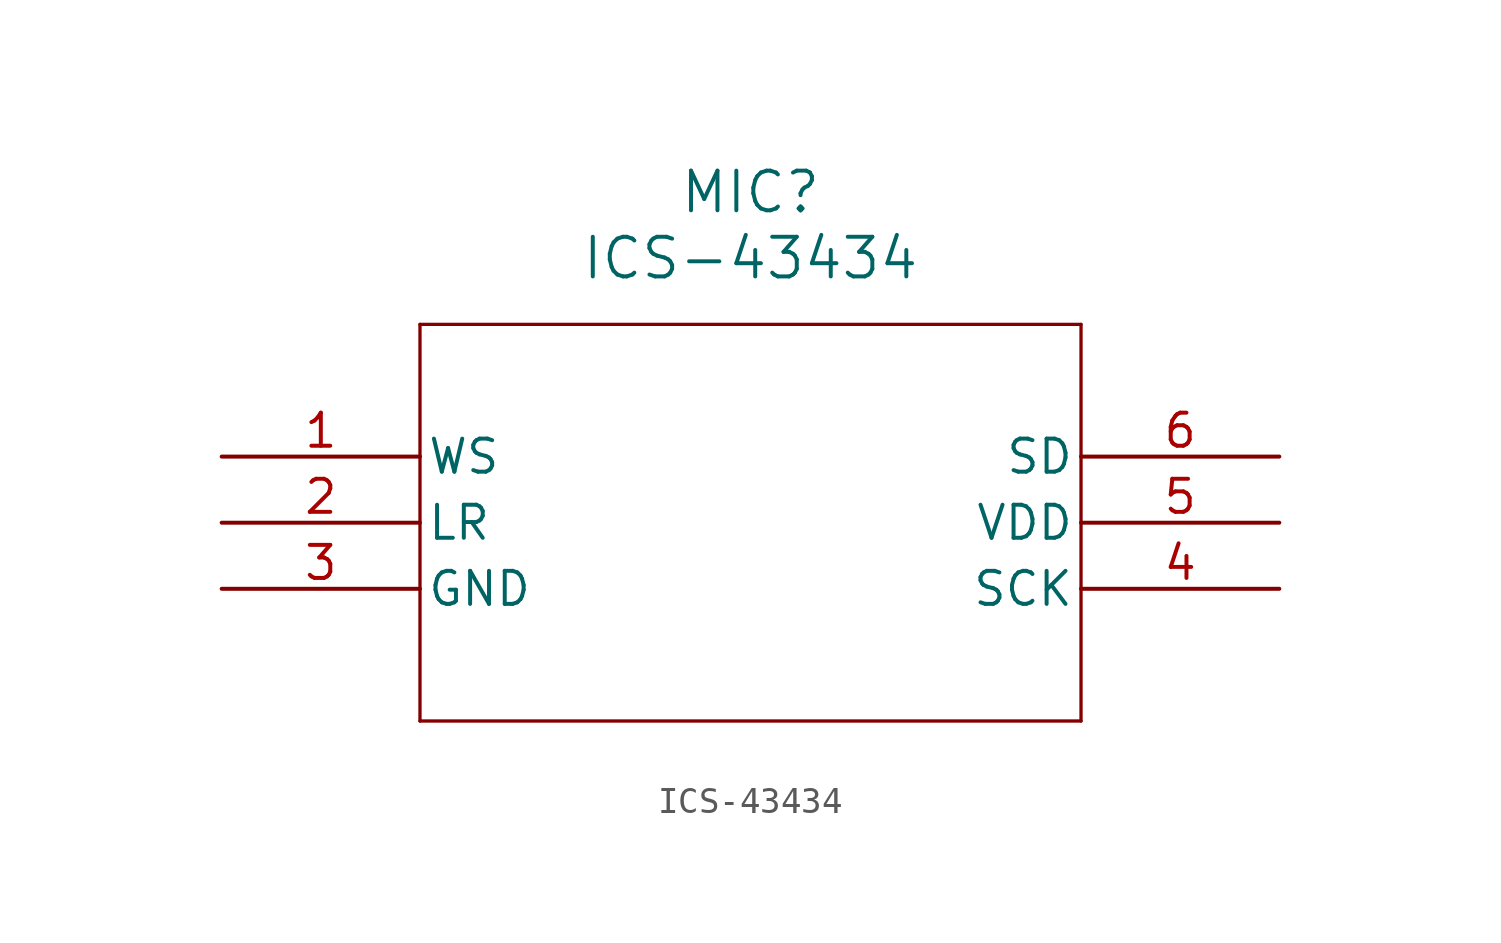
<source format=kicad_sym>
(kicad_symbol_lib
  (version 20211014)
  (generator kicad_symbol_editor)
  (symbol "ICS-43434"
    (pin_names
      (offset 0.254))
    (property "Reference" "MIC"
      (at 20.32 10.16 0)
      (effects (font (size 1.524 1.524))))
    (property "Value" "ICS-43434"
      (at 20.32 7.62 0)
      (effects (font (size 1.524 1.524))))
    (symbol "ICS-43434_0_1"
      (polyline (pts (xy 7.62 5.08) (xy 7.62 -10.16)) (stroke (width 0.127) (type default) (color 0 0 0 0)) (fill (type none)))
      (polyline (pts (xy 7.62 -10.16) (xy 33.02 -10.16)) (stroke (width 0.127) (type default) (color 0 0 0 0)) (fill (type none)))
      (polyline (pts (xy 33.02 -10.16) (xy 33.02 5.08)) (stroke (width 0.127) (type default) (color 0 0 0 0)) (fill (type none)))
      (polyline (pts (xy 33.02 5.08) (xy 7.62 5.08)) (stroke (width 0.127) (type default) (color 0 0 0 0)) (fill (type none)))
      (pin input line (at 0 0 0) (length 7.62) (name "WS" (effects (font (size 1.27 1.27)))) (number "1" (effects (font (size 1.27 1.27)))))
      (pin input line (at 0 -2.54 0) (length 7.62) (name "LR" (effects (font (size 1.27 1.27)))) (number "2" (effects (font (size 1.27 1.27)))))
      (pin power_out line (at 0 -5.08 0) (length 7.62) (name "GND" (effects (font (size 1.27 1.27)))) (number "3" (effects (font (size 1.27 1.27)))))
      (pin input line (at 40.64 -5.08 180) (length 7.62) (name "SCK" (effects (font (size 1.27 1.27)))) (number "4" (effects (font (size 1.27 1.27)))))
      (pin power_in line (at 40.64 -2.54 180) (length 7.62) (name "VDD" (effects (font (size 1.27 1.27)))) (number "5" (effects (font (size 1.27 1.27)))))
      (pin output line (at 40.64 0 180) (length 7.62) (name "SD" (effects (font (size 1.27 1.27)))) (number "6" (effects (font (size 1.27 1.27))))))))
</source>
